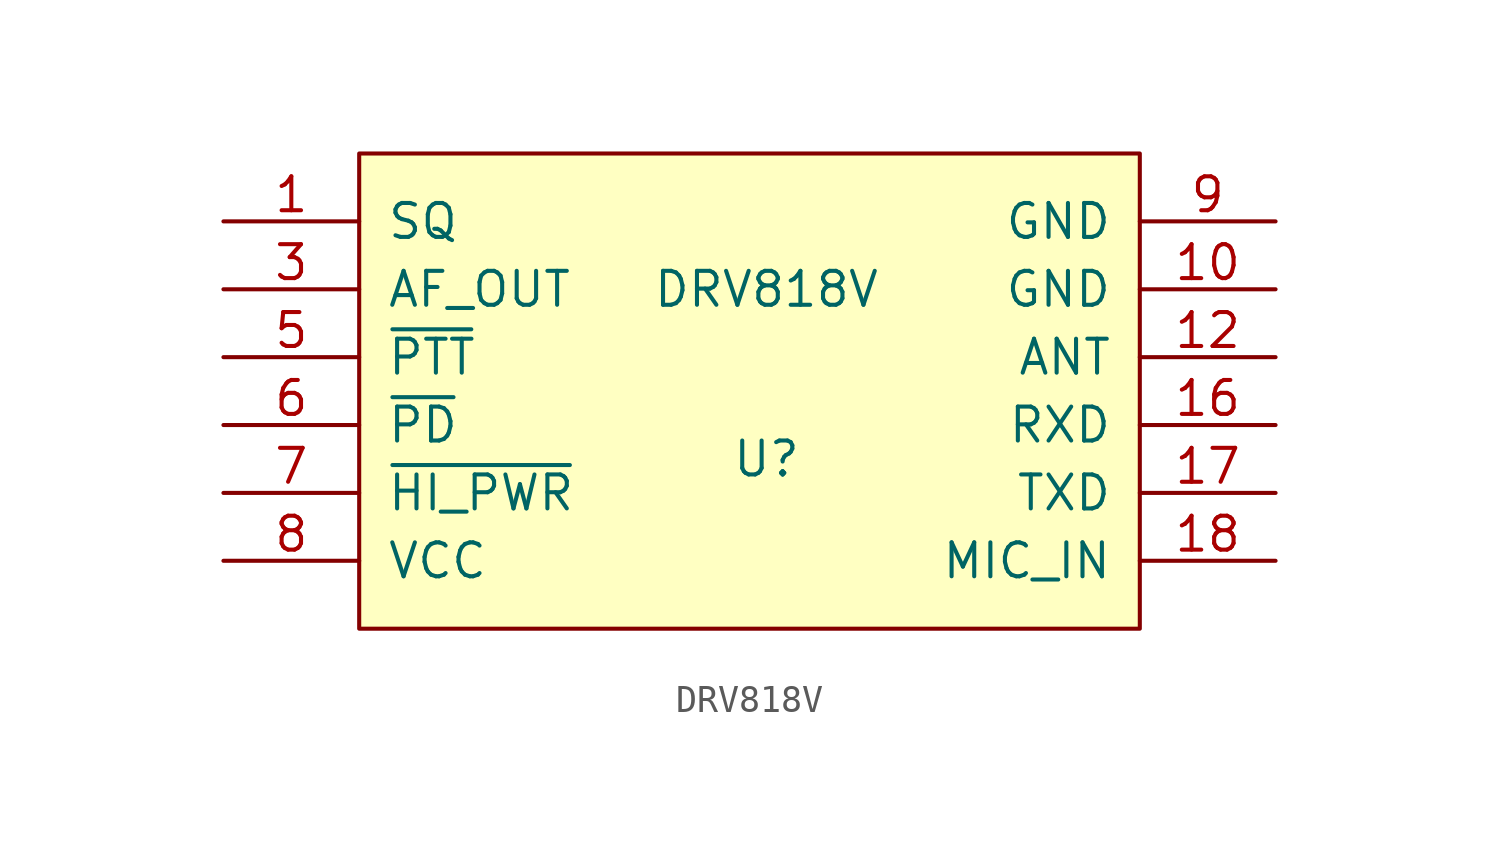
<source format=kicad_sym>
(kicad_symbol_lib
  (version 20211014)
  (generator kicad_symbol_editor)
  (symbol "DRV818V"
    (pin_names
      (offset 1.016))
    (property "Reference" "U"
      (at 0 -3.81 0)
      (effects (font (size 1.27 1.27))))
    (property "Value" "DRV818V"
      (at 0 2.54 0)
      (effects (font (size 1.27 1.27))))
    (symbol "DRV818V_0_1"
      (rectangle (start -15.24 7.62) (end 13.97 -10.16) (stroke (width 0) (type default) (color 0 0 0 0)) (fill (type background))))
    (symbol "DRV818V_1_1"
      (pin output line (at -20.32 5.08 0) (length 5.08) (name "SQ" (effects (font (size 1.27 1.27)))) (number "1" (effects (font (size 1.27 1.27)))))
      (pin input line (at 19.05 2.54 180) (length 5.08) (name "GND" (effects (font (size 1.27 1.27)))) (number "10" (effects (font (size 1.27 1.27)))))
      (pin input line (at 19.05 0 180) (length 5.08) (name "ANT" (effects (font (size 1.27 1.27)))) (number "12" (effects (font (size 1.27 1.27)))))
      (pin input line (at 19.05 -2.54 180) (length 5.08) (name "RXD" (effects (font (size 1.27 1.27)))) (number "16" (effects (font (size 1.27 1.27)))))
      (pin output line (at 19.05 -5.08 180) (length 5.08) (name "TXD" (effects (font (size 1.27 1.27)))) (number "17" (effects (font (size 1.27 1.27)))))
      (pin input line (at 19.05 -7.62 180) (length 5.08) (name "MIC_IN" (effects (font (size 1.27 1.27)))) (number "18" (effects (font (size 1.27 1.27)))))
      (pin output line (at -20.32 2.54 0) (length 5.08) (name "AF_OUT" (effects (font (size 1.27 1.27)))) (number "3" (effects (font (size 1.27 1.27)))))
      (pin input line (at -20.32 0 0) (length 5.08) (name "~{PTT}" (effects (font (size 1.27 1.27)))) (number "5" (effects (font (size 1.27 1.27)))))
      (pin input line (at -20.32 -2.54 0) (length 5.08) (name "~{PD}" (effects (font (size 1.27 1.27)))) (number "6" (effects (font (size 1.27 1.27)))))
      (pin input line (at -20.32 -5.08 0) (length 5.08) (name "~{HI_PWR}" (effects (font (size 1.27 1.27)))) (number "7" (effects (font (size 1.27 1.27)))))
      (pin input line (at -20.32 -7.62 0) (length 5.08) (name "VCC" (effects (font (size 1.27 1.27)))) (number "8" (effects (font (size 1.27 1.27)))))
      (pin input line (at 19.05 5.08 180) (length 5.08) (name "GND" (effects (font (size 1.27 1.27)))) (number "9" (effects (font (size 1.27 1.27))))))))
</source>
